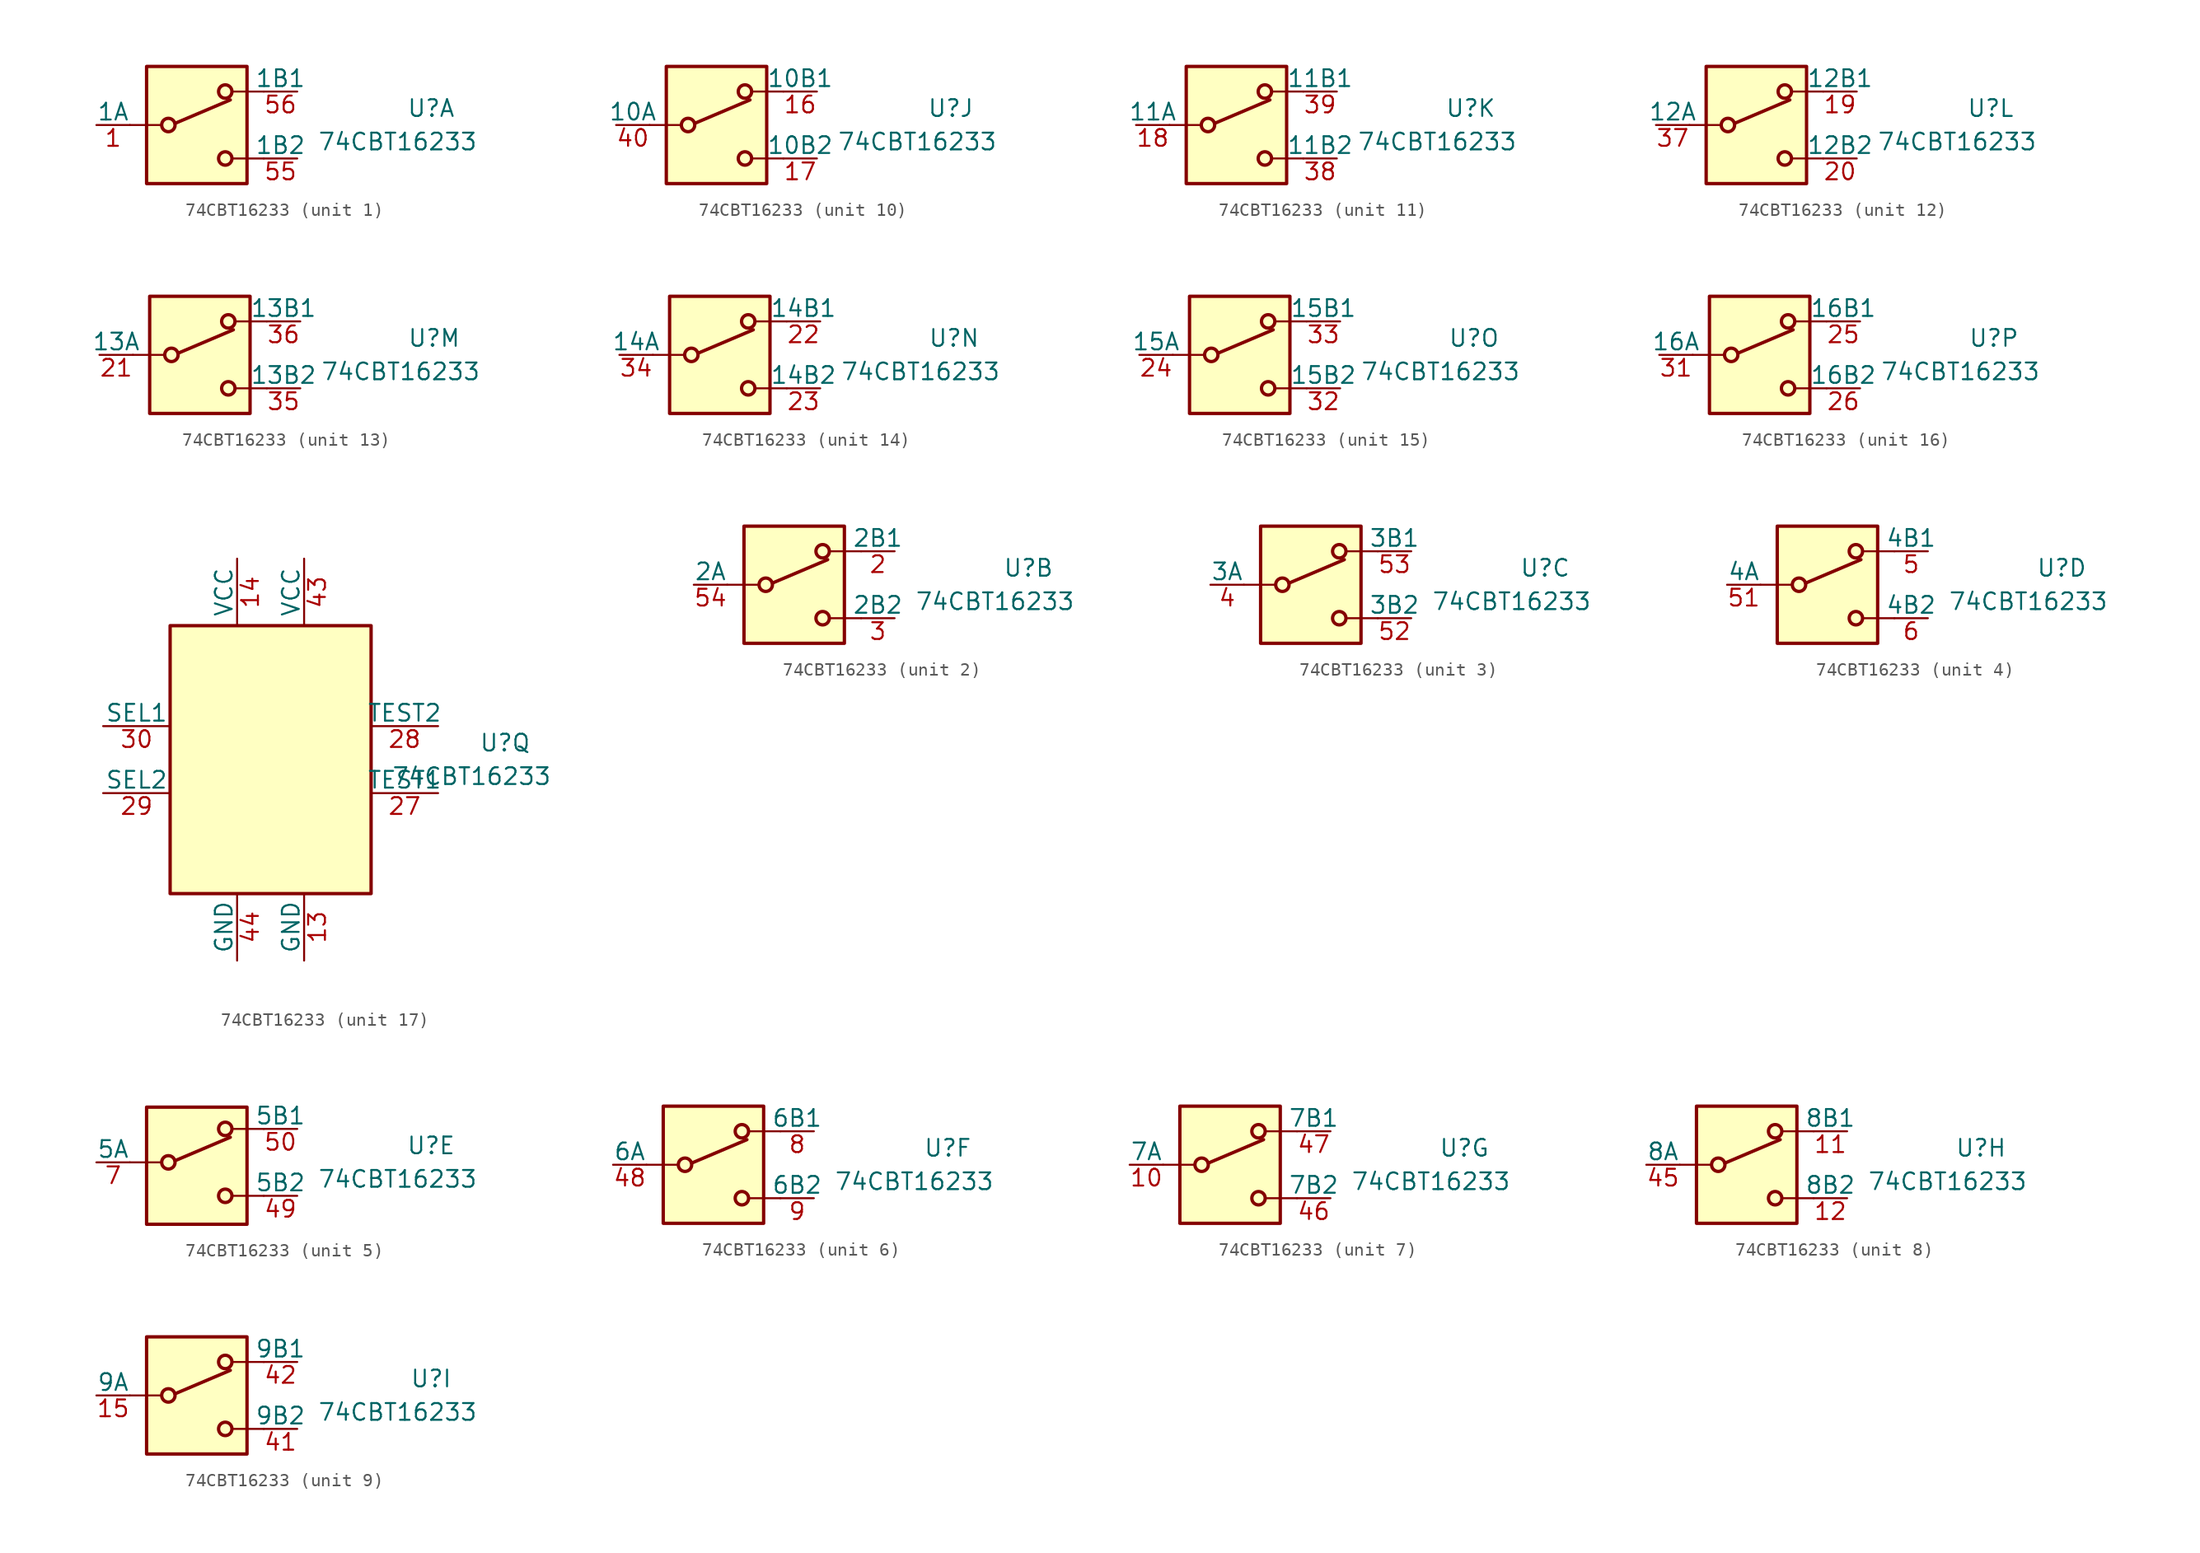
<source format=kicad_sym>
(kicad_symbol_lib
  (version 20220914)
  (generator kicad_symbol_editor)
  (symbol "74CBT16233"
    (pin_names
      (offset 0))
    (property "Reference" "U"
      (at 17.78 1.27 0)
      (effects (font (size 1.27 1.27))))
    (property "Value" "74CBT16233"
      (at 15.24 -1.27 0)
      (effects (font (size 1.27 1.27))))
    (property "ki_locked" ""
      (at 0 0 0)
      (effects (font (size 1.27 1.27))))
    (symbol "74CBT16233_1_1"
      (rectangle (start -3.81 4.445) (end 3.81 -4.445) (stroke (width 0.254) (type default)) (fill (type background)))
      (circle (center -2.159 0) (radius 0.508) (stroke (width 0.254) (type default)) (fill (type none)))
      (polyline (pts (xy -5.08 0) (xy -2.794 0)) (stroke (width 0) (type default)) (fill (type none)))
      (polyline (pts (xy -1.651 0.127) (xy 2.54 1.905)) (stroke (width 0.254) (type default)) (fill (type none)))
      (polyline (pts (xy 5.08 -2.54) (xy 2.794 -2.54)) (stroke (width 0) (type default)) (fill (type none)))
      (polyline (pts (xy 5.08 2.54) (xy 2.794 2.54)) (stroke (width 0) (type default)) (fill (type none)))
      (circle (center 2.159 -2.54) (radius 0.508) (stroke (width 0.254) (type default)) (fill (type none)))
      (circle (center 2.159 2.54) (radius 0.508) (stroke (width 0.254) (type default)) (fill (type none)))
      (pin passive line (at -7.62 0 0) (length 2.54) (name "1A" (effects (font (size 1.27 1.27)))) (number "1" (effects (font (size 1.27 1.27)))))
      (pin passive line (at 7.62 -2.54 180) (length 2.54) (name "1B2" (effects (font (size 1.27 1.27)))) (number "55" (effects (font (size 1.27 1.27)))))
      (pin passive line (at 7.62 2.54 180) (length 2.54) (name "1B1" (effects (font (size 1.27 1.27)))) (number "56" (effects (font (size 1.27 1.27))))))
    (symbol "74CBT16233_2_1"
      (rectangle (start -3.81 4.445) (end 3.81 -4.445) (stroke (width 0.254) (type default)) (fill (type background)))
      (circle (center -2.159 0) (radius 0.508) (stroke (width 0.254) (type default)) (fill (type none)))
      (polyline (pts (xy -5.08 0) (xy -2.794 0)) (stroke (width 0) (type default)) (fill (type none)))
      (polyline (pts (xy -1.651 0.127) (xy 2.54 1.905)) (stroke (width 0.254) (type default)) (fill (type none)))
      (polyline (pts (xy 5.08 -2.54) (xy 2.794 -2.54)) (stroke (width 0) (type default)) (fill (type none)))
      (polyline (pts (xy 5.08 2.54) (xy 2.794 2.54)) (stroke (width 0) (type default)) (fill (type none)))
      (circle (center 2.159 -2.54) (radius 0.508) (stroke (width 0.254) (type default)) (fill (type none)))
      (circle (center 2.159 2.54) (radius 0.508) (stroke (width 0.254) (type default)) (fill (type none)))
      (pin passive line (at 7.62 2.54 180) (length 2.54) (name "2B1" (effects (font (size 1.27 1.27)))) (number "2" (effects (font (size 1.27 1.27)))))
      (pin passive line (at 7.62 -2.54 180) (length 2.54) (name "2B2" (effects (font (size 1.27 1.27)))) (number "3" (effects (font (size 1.27 1.27)))))
      (pin passive line (at -7.62 0 0) (length 2.54) (name "2A" (effects (font (size 1.27 1.27)))) (number "54" (effects (font (size 1.27 1.27))))))
    (symbol "74CBT16233_3_1"
      (rectangle (start -3.81 4.445) (end 3.81 -4.445) (stroke (width 0.254) (type default)) (fill (type background)))
      (circle (center -2.159 0) (radius 0.508) (stroke (width 0.254) (type default)) (fill (type none)))
      (polyline (pts (xy -5.08 0) (xy -2.794 0)) (stroke (width 0) (type default)) (fill (type none)))
      (polyline (pts (xy -1.651 0.127) (xy 2.54 1.905)) (stroke (width 0.254) (type default)) (fill (type none)))
      (polyline (pts (xy 5.08 -2.54) (xy 2.794 -2.54)) (stroke (width 0) (type default)) (fill (type none)))
      (polyline (pts (xy 5.08 2.54) (xy 2.794 2.54)) (stroke (width 0) (type default)) (fill (type none)))
      (circle (center 2.159 -2.54) (radius 0.508) (stroke (width 0.254) (type default)) (fill (type none)))
      (circle (center 2.159 2.54) (radius 0.508) (stroke (width 0.254) (type default)) (fill (type none)))
      (pin passive line (at -7.62 0 0) (length 2.54) (name "3A" (effects (font (size 1.27 1.27)))) (number "4" (effects (font (size 1.27 1.27)))))
      (pin passive line (at 7.62 -2.54 180) (length 2.54) (name "3B2" (effects (font (size 1.27 1.27)))) (number "52" (effects (font (size 1.27 1.27)))))
      (pin passive line (at 7.62 2.54 180) (length 2.54) (name "3B1" (effects (font (size 1.27 1.27)))) (number "53" (effects (font (size 1.27 1.27))))))
    (symbol "74CBT16233_4_1"
      (rectangle (start -3.81 4.445) (end 3.81 -4.445) (stroke (width 0.254) (type default)) (fill (type background)))
      (circle (center -2.159 0) (radius 0.508) (stroke (width 0.254) (type default)) (fill (type none)))
      (polyline (pts (xy -5.08 0) (xy -2.794 0)) (stroke (width 0) (type default)) (fill (type none)))
      (polyline (pts (xy -1.651 0.127) (xy 2.54 1.905)) (stroke (width 0.254) (type default)) (fill (type none)))
      (polyline (pts (xy 5.08 -2.54) (xy 2.794 -2.54)) (stroke (width 0) (type default)) (fill (type none)))
      (polyline (pts (xy 5.08 2.54) (xy 2.794 2.54)) (stroke (width 0) (type default)) (fill (type none)))
      (circle (center 2.159 -2.54) (radius 0.508) (stroke (width 0.254) (type default)) (fill (type none)))
      (circle (center 2.159 2.54) (radius 0.508) (stroke (width 0.254) (type default)) (fill (type none)))
      (pin passive line (at 7.62 2.54 180) (length 2.54) (name "4B1" (effects (font (size 1.27 1.27)))) (number "5" (effects (font (size 1.27 1.27)))))
      (pin passive line (at -7.62 0 0) (length 2.54) (name "4A" (effects (font (size 1.27 1.27)))) (number "51" (effects (font (size 1.27 1.27)))))
      (pin passive line (at 7.62 -2.54 180) (length 2.54) (name "4B2" (effects (font (size 1.27 1.27)))) (number "6" (effects (font (size 1.27 1.27))))))
    (symbol "74CBT16233_5_1"
      (rectangle (start -3.81 4.191) (end 3.81 -4.699) (stroke (width 0.254) (type default)) (fill (type background)))
      (circle (center -2.159 0) (radius 0.508) (stroke (width 0.254) (type default)) (fill (type none)))
      (polyline (pts (xy -5.08 0) (xy -2.794 0)) (stroke (width 0) (type default)) (fill (type none)))
      (polyline (pts (xy -1.651 0.127) (xy 2.54 1.905)) (stroke (width 0.254) (type default)) (fill (type none)))
      (polyline (pts (xy 5.08 -2.54) (xy 2.794 -2.54)) (stroke (width 0) (type default)) (fill (type none)))
      (polyline (pts (xy 5.08 2.54) (xy 2.794 2.54)) (stroke (width 0) (type default)) (fill (type none)))
      (circle (center 2.159 -2.54) (radius 0.508) (stroke (width 0.254) (type default)) (fill (type none)))
      (circle (center 2.159 2.54) (radius 0.508) (stroke (width 0.254) (type default)) (fill (type none)))
      (pin passive line (at 7.62 -2.54 180) (length 2.54) (name "5B2" (effects (font (size 1.27 1.27)))) (number "49" (effects (font (size 1.27 1.27)))))
      (pin passive line (at 7.62 2.54 180) (length 2.54) (name "5B1" (effects (font (size 1.27 1.27)))) (number "50" (effects (font (size 1.27 1.27)))))
      (pin passive line (at -7.62 0 0) (length 2.54) (name "5A" (effects (font (size 1.27 1.27)))) (number "7" (effects (font (size 1.27 1.27))))))
    (symbol "74CBT16233_6_1"
      (rectangle (start -3.81 4.445) (end 3.81 -4.445) (stroke (width 0.254) (type default)) (fill (type background)))
      (circle (center -2.159 0) (radius 0.508) (stroke (width 0.254) (type default)) (fill (type none)))
      (polyline (pts (xy -5.08 0) (xy -2.794 0)) (stroke (width 0) (type default)) (fill (type none)))
      (polyline (pts (xy -1.651 0.127) (xy 2.54 1.905)) (stroke (width 0.254) (type default)) (fill (type none)))
      (polyline (pts (xy 5.08 -2.54) (xy 2.794 -2.54)) (stroke (width 0) (type default)) (fill (type none)))
      (polyline (pts (xy 5.08 2.54) (xy 2.794 2.54)) (stroke (width 0) (type default)) (fill (type none)))
      (circle (center 2.159 -2.54) (radius 0.508) (stroke (width 0.254) (type default)) (fill (type none)))
      (circle (center 2.159 2.54) (radius 0.508) (stroke (width 0.254) (type default)) (fill (type none)))
      (pin passive line (at -7.62 0 0) (length 2.54) (name "6A" (effects (font (size 1.27 1.27)))) (number "48" (effects (font (size 1.27 1.27)))))
      (pin passive line (at 7.62 2.54 180) (length 2.54) (name "6B1" (effects (font (size 1.27 1.27)))) (number "8" (effects (font (size 1.27 1.27)))))
      (pin passive line (at 7.62 -2.54 180) (length 2.54) (name "6B2" (effects (font (size 1.27 1.27)))) (number "9" (effects (font (size 1.27 1.27))))))
    (symbol "74CBT16233_7_1"
      (rectangle (start -3.81 4.445) (end 3.81 -4.445) (stroke (width 0.254) (type default)) (fill (type background)))
      (circle (center -2.159 0) (radius 0.508) (stroke (width 0.254) (type default)) (fill (type none)))
      (polyline (pts (xy -5.08 0) (xy -2.794 0)) (stroke (width 0) (type default)) (fill (type none)))
      (polyline (pts (xy -1.651 0.127) (xy 2.54 1.905)) (stroke (width 0.254) (type default)) (fill (type none)))
      (polyline (pts (xy 5.08 -2.54) (xy 2.794 -2.54)) (stroke (width 0) (type default)) (fill (type none)))
      (polyline (pts (xy 5.08 2.54) (xy 2.794 2.54)) (stroke (width 0) (type default)) (fill (type none)))
      (circle (center 2.159 -2.54) (radius 0.508) (stroke (width 0.254) (type default)) (fill (type none)))
      (circle (center 2.159 2.54) (radius 0.508) (stroke (width 0.254) (type default)) (fill (type none)))
      (pin passive line (at -7.62 0 0) (length 2.54) (name "7A" (effects (font (size 1.27 1.27)))) (number "10" (effects (font (size 1.27 1.27)))))
      (pin passive line (at 7.62 -2.54 180) (length 2.54) (name "7B2" (effects (font (size 1.27 1.27)))) (number "46" (effects (font (size 1.27 1.27)))))
      (pin passive line (at 7.62 2.54 180) (length 2.54) (name "7B1" (effects (font (size 1.27 1.27)))) (number "47" (effects (font (size 1.27 1.27))))))
    (symbol "74CBT16233_8_0"
      (pin passive line (at 7.62 2.54 180) (length 2.54) (name "8B1" (effects (font (size 1.27 1.27)))) (number "11" (effects (font (size 1.27 1.27))))))
    (symbol "74CBT16233_8_1"
      (rectangle (start -3.81 4.445) (end 3.81 -4.445) (stroke (width 0.254) (type default)) (fill (type background)))
      (circle (center -2.159 0) (radius 0.508) (stroke (width 0.254) (type default)) (fill (type none)))
      (polyline (pts (xy -5.08 0) (xy -2.794 0)) (stroke (width 0) (type default)) (fill (type none)))
      (polyline (pts (xy -1.651 0.127) (xy 2.54 1.905)) (stroke (width 0.254) (type default)) (fill (type none)))
      (polyline (pts (xy 5.08 -2.54) (xy 2.794 -2.54)) (stroke (width 0) (type default)) (fill (type none)))
      (polyline (pts (xy 5.08 2.54) (xy 2.794 2.54)) (stroke (width 0) (type default)) (fill (type none)))
      (circle (center 2.159 -2.54) (radius 0.508) (stroke (width 0.254) (type default)) (fill (type none)))
      (circle (center 2.159 2.54) (radius 0.508) (stroke (width 0.254) (type default)) (fill (type none)))
      (pin passive line (at 7.62 -2.54 180) (length 2.54) (name "8B2" (effects (font (size 1.27 1.27)))) (number "12" (effects (font (size 1.27 1.27)))))
      (pin passive line (at -7.62 0 0) (length 2.54) (name "8A" (effects (font (size 1.27 1.27)))) (number "45" (effects (font (size 1.27 1.27))))))
    (symbol "74CBT16233_9_0"
      (pin passive line (at -7.62 0 0) (length 2.54) (name "9A" (effects (font (size 1.27 1.27)))) (number "15" (effects (font (size 1.27 1.27)))))
      (pin passive line (at 7.62 -2.54 180) (length 2.54) (name "9B2" (effects (font (size 1.27 1.27)))) (number "41" (effects (font (size 1.27 1.27)))))
      (pin passive line (at 7.62 2.54 180) (length 2.54) (name "9B1" (effects (font (size 1.27 1.27)))) (number "42" (effects (font (size 1.27 1.27))))))
    (symbol "74CBT16233_9_1"
      (rectangle (start -3.81 4.445) (end 3.81 -4.445) (stroke (width 0.254) (type default)) (fill (type background)))
      (circle (center -2.159 0) (radius 0.508) (stroke (width 0.254) (type default)) (fill (type none)))
      (polyline (pts (xy -5.08 0) (xy -2.794 0)) (stroke (width 0) (type default)) (fill (type none)))
      (polyline (pts (xy -1.651 0.127) (xy 2.54 1.905)) (stroke (width 0.254) (type default)) (fill (type none)))
      (polyline (pts (xy 5.08 -2.54) (xy 2.794 -2.54)) (stroke (width 0) (type default)) (fill (type none)))
      (polyline (pts (xy 5.08 2.54) (xy 2.794 2.54)) (stroke (width 0) (type default)) (fill (type none)))
      (circle (center 2.159 -2.54) (radius 0.508) (stroke (width 0.254) (type default)) (fill (type none)))
      (circle (center 2.159 2.54) (radius 0.508) (stroke (width 0.254) (type default)) (fill (type none))))
    (symbol "74CBT16233_10_0"
      (pin passive line (at 7.62 2.54 180) (length 2.54) (name "10B1" (effects (font (size 1.27 1.27)))) (number "16" (effects (font (size 1.27 1.27)))))
      (pin passive line (at 7.62 -2.54 180) (length 2.54) (name "10B2" (effects (font (size 1.27 1.27)))) (number "17" (effects (font (size 1.27 1.27)))))
      (pin passive line (at -7.62 0 0) (length 2.54) (name "10A" (effects (font (size 1.27 1.27)))) (number "40" (effects (font (size 1.27 1.27))))))
    (symbol "74CBT16233_10_1"
      (rectangle (start -3.81 4.445) (end 3.81 -4.445) (stroke (width 0.254) (type default)) (fill (type background)))
      (circle (center -2.159 0) (radius 0.508) (stroke (width 0.254) (type default)) (fill (type none)))
      (polyline (pts (xy -5.08 0) (xy -2.794 0)) (stroke (width 0) (type default)) (fill (type none)))
      (polyline (pts (xy -1.651 0.127) (xy 2.54 1.905)) (stroke (width 0.254) (type default)) (fill (type none)))
      (polyline (pts (xy 5.08 -2.54) (xy 2.794 -2.54)) (stroke (width 0) (type default)) (fill (type none)))
      (polyline (pts (xy 5.08 2.54) (xy 2.794 2.54)) (stroke (width 0) (type default)) (fill (type none)))
      (circle (center 2.159 -2.54) (radius 0.508) (stroke (width 0.254) (type default)) (fill (type none)))
      (circle (center 2.159 2.54) (radius 0.508) (stroke (width 0.254) (type default)) (fill (type none))))
    (symbol "74CBT16233_11_0"
      (pin passive line (at -7.62 0 0) (length 2.54) (name "11A" (effects (font (size 1.27 1.27)))) (number "18" (effects (font (size 1.27 1.27)))))
      (pin passive line (at 7.62 -2.54 180) (length 2.54) (name "11B2" (effects (font (size 1.27 1.27)))) (number "38" (effects (font (size 1.27 1.27)))))
      (pin passive line (at 7.62 2.54 180) (length 2.54) (name "11B1" (effects (font (size 1.27 1.27)))) (number "39" (effects (font (size 1.27 1.27))))))
    (symbol "74CBT16233_11_1"
      (rectangle (start -3.81 4.445) (end 3.81 -4.445) (stroke (width 0.254) (type default)) (fill (type background)))
      (circle (center -2.159 0) (radius 0.508) (stroke (width 0.254) (type default)) (fill (type none)))
      (polyline (pts (xy -5.08 0) (xy -2.794 0)) (stroke (width 0) (type default)) (fill (type none)))
      (polyline (pts (xy -1.651 0.127) (xy 2.54 1.905)) (stroke (width 0.254) (type default)) (fill (type none)))
      (polyline (pts (xy 5.08 -2.54) (xy 2.794 -2.54)) (stroke (width 0) (type default)) (fill (type none)))
      (polyline (pts (xy 5.08 2.54) (xy 2.794 2.54)) (stroke (width 0) (type default)) (fill (type none)))
      (circle (center 2.159 -2.54) (radius 0.508) (stroke (width 0.254) (type default)) (fill (type none)))
      (circle (center 2.159 2.54) (radius 0.508) (stroke (width 0.254) (type default)) (fill (type none))))
    (symbol "74CBT16233_12_0"
      (pin passive line (at 7.62 2.54 180) (length 2.54) (name "12B1" (effects (font (size 1.27 1.27)))) (number "19" (effects (font (size 1.27 1.27)))))
      (pin passive line (at 7.62 -2.54 180) (length 2.54) (name "12B2" (effects (font (size 1.27 1.27)))) (number "20" (effects (font (size 1.27 1.27)))))
      (pin passive line (at -7.62 0 0) (length 2.54) (name "12A" (effects (font (size 1.27 1.27)))) (number "37" (effects (font (size 1.27 1.27))))))
    (symbol "74CBT16233_12_1"
      (rectangle (start -3.81 4.445) (end 3.81 -4.445) (stroke (width 0.254) (type default)) (fill (type background)))
      (circle (center -2.159 0) (radius 0.508) (stroke (width 0.254) (type default)) (fill (type none)))
      (polyline (pts (xy -5.08 0) (xy -2.794 0)) (stroke (width 0) (type default)) (fill (type none)))
      (polyline (pts (xy -1.651 0.127) (xy 2.54 1.905)) (stroke (width 0.254) (type default)) (fill (type none)))
      (polyline (pts (xy 5.08 -2.54) (xy 2.794 -2.54)) (stroke (width 0) (type default)) (fill (type none)))
      (polyline (pts (xy 5.08 2.54) (xy 2.794 2.54)) (stroke (width 0) (type default)) (fill (type none)))
      (circle (center 2.159 -2.54) (radius 0.508) (stroke (width 0.254) (type default)) (fill (type none)))
      (circle (center 2.159 2.54) (radius 0.508) (stroke (width 0.254) (type default)) (fill (type none))))
    (symbol "74CBT16233_13_0"
      (pin passive line (at -7.62 0 0) (length 2.54) (name "13A" (effects (font (size 1.27 1.27)))) (number "21" (effects (font (size 1.27 1.27)))))
      (pin passive line (at 7.62 -2.54 180) (length 2.54) (name "13B2" (effects (font (size 1.27 1.27)))) (number "35" (effects (font (size 1.27 1.27)))))
      (pin passive line (at 7.62 2.54 180) (length 2.54) (name "13B1" (effects (font (size 1.27 1.27)))) (number "36" (effects (font (size 1.27 1.27))))))
    (symbol "74CBT16233_13_1"
      (rectangle (start -3.81 4.445) (end 3.81 -4.445) (stroke (width 0.254) (type default)) (fill (type background)))
      (circle (center -2.159 0) (radius 0.508) (stroke (width 0.254) (type default)) (fill (type none)))
      (polyline (pts (xy -5.08 0) (xy -2.794 0)) (stroke (width 0) (type default)) (fill (type none)))
      (polyline (pts (xy -1.651 0.127) (xy 2.54 1.905)) (stroke (width 0.254) (type default)) (fill (type none)))
      (polyline (pts (xy 5.08 -2.54) (xy 2.794 -2.54)) (stroke (width 0) (type default)) (fill (type none)))
      (polyline (pts (xy 5.08 2.54) (xy 2.794 2.54)) (stroke (width 0) (type default)) (fill (type none)))
      (circle (center 2.159 -2.54) (radius 0.508) (stroke (width 0.254) (type default)) (fill (type none)))
      (circle (center 2.159 2.54) (radius 0.508) (stroke (width 0.254) (type default)) (fill (type none))))
    (symbol "74CBT16233_14_0"
      (pin passive line (at 7.62 2.54 180) (length 2.54) (name "14B1" (effects (font (size 1.27 1.27)))) (number "22" (effects (font (size 1.27 1.27)))))
      (pin passive line (at 7.62 -2.54 180) (length 2.54) (name "14B2" (effects (font (size 1.27 1.27)))) (number "23" (effects (font (size 1.27 1.27)))))
      (pin passive line (at -7.62 0 0) (length 2.54) (name "14A" (effects (font (size 1.27 1.27)))) (number "34" (effects (font (size 1.27 1.27))))))
    (symbol "74CBT16233_14_1"
      (rectangle (start -3.81 4.445) (end 3.81 -4.445) (stroke (width 0.254) (type default)) (fill (type background)))
      (circle (center -2.159 0) (radius 0.508) (stroke (width 0.254) (type default)) (fill (type none)))
      (polyline (pts (xy -5.08 0) (xy -2.794 0)) (stroke (width 0) (type default)) (fill (type none)))
      (polyline (pts (xy -1.651 0.127) (xy 2.54 1.905)) (stroke (width 0.254) (type default)) (fill (type none)))
      (polyline (pts (xy 5.08 -2.54) (xy 2.794 -2.54)) (stroke (width 0) (type default)) (fill (type none)))
      (polyline (pts (xy 5.08 2.54) (xy 2.794 2.54)) (stroke (width 0) (type default)) (fill (type none)))
      (circle (center 2.159 -2.54) (radius 0.508) (stroke (width 0.254) (type default)) (fill (type none)))
      (circle (center 2.159 2.54) (radius 0.508) (stroke (width 0.254) (type default)) (fill (type none))))
    (symbol "74CBT16233_15_0"
      (pin passive line (at -7.62 0 0) (length 2.54) (name "15A" (effects (font (size 1.27 1.27)))) (number "24" (effects (font (size 1.27 1.27)))))
      (pin passive line (at 7.62 -2.54 180) (length 2.54) (name "15B2" (effects (font (size 1.27 1.27)))) (number "32" (effects (font (size 1.27 1.27)))))
      (pin passive line (at 7.62 2.54 180) (length 2.54) (name "15B1" (effects (font (size 1.27 1.27)))) (number "33" (effects (font (size 1.27 1.27))))))
    (symbol "74CBT16233_15_1"
      (rectangle (start -3.81 4.445) (end 3.81 -4.445) (stroke (width 0.254) (type default)) (fill (type background)))
      (circle (center -2.159 0) (radius 0.508) (stroke (width 0.254) (type default)) (fill (type none)))
      (polyline (pts (xy -5.08 0) (xy -2.794 0)) (stroke (width 0) (type default)) (fill (type none)))
      (polyline (pts (xy -1.651 0.127) (xy 2.54 1.905)) (stroke (width 0.254) (type default)) (fill (type none)))
      (polyline (pts (xy 5.08 -2.54) (xy 2.794 -2.54)) (stroke (width 0) (type default)) (fill (type none)))
      (polyline (pts (xy 5.08 2.54) (xy 2.794 2.54)) (stroke (width 0) (type default)) (fill (type none)))
      (circle (center 2.159 -2.54) (radius 0.508) (stroke (width 0.254) (type default)) (fill (type none)))
      (circle (center 2.159 2.54) (radius 0.508) (stroke (width 0.254) (type default)) (fill (type none))))
    (symbol "74CBT16233_16_0"
      (pin passive line (at 7.62 2.54 180) (length 2.54) (name "16B1" (effects (font (size 1.27 1.27)))) (number "25" (effects (font (size 1.27 1.27)))))
      (pin passive line (at 7.62 -2.54 180) (length 2.54) (name "16B2" (effects (font (size 1.27 1.27)))) (number "26" (effects (font (size 1.27 1.27)))))
      (pin passive line (at -7.62 0 0) (length 2.54) (name "16A" (effects (font (size 1.27 1.27)))) (number "31" (effects (font (size 1.27 1.27))))))
    (symbol "74CBT16233_16_1"
      (rectangle (start -3.81 4.445) (end 3.81 -4.445) (stroke (width 0.254) (type default)) (fill (type background)))
      (circle (center -2.159 0) (radius 0.508) (stroke (width 0.254) (type default)) (fill (type none)))
      (polyline (pts (xy -5.08 0) (xy -2.794 0)) (stroke (width 0) (type default)) (fill (type none)))
      (polyline (pts (xy -1.651 0.127) (xy 2.54 1.905)) (stroke (width 0.254) (type default)) (fill (type none)))
      (polyline (pts (xy 5.08 -2.54) (xy 2.794 -2.54)) (stroke (width 0) (type default)) (fill (type none)))
      (polyline (pts (xy 5.08 2.54) (xy 2.794 2.54)) (stroke (width 0) (type default)) (fill (type none)))
      (circle (center 2.159 -2.54) (radius 0.508) (stroke (width 0.254) (type default)) (fill (type none)))
      (circle (center 2.159 2.54) (radius 0.508) (stroke (width 0.254) (type default)) (fill (type none))))
    (symbol "74CBT16233_17_0"
      (pin input line (at -12.7 -2.54 0) (length 5.08) (name "SEL2" (effects (font (size 1.27 1.27)))) (number "29" (effects (font (size 1.27 1.27)))))
      (pin input line (at -12.7 2.54 0) (length 5.08) (name "SEL1" (effects (font (size 1.27 1.27)))) (number "30" (effects (font (size 1.27 1.27)))))
      (pin power_in line (at -2.54 -15.24 90) (length 5.08) (name "GND" (effects (font (size 1.27 1.27)))) (number "44" (effects (font (size 1.27 1.27))))))
    (symbol "74CBT16233_17_1"
      (rectangle (start -7.62 10.16) (end 7.62 -10.16) (stroke (width 0.254) (type default)) (fill (type background)))
      (pin power_in line (at 2.54 -15.24 90) (length 5.08) (name "GND" (effects (font (size 1.27 1.27)))) (number "13" (effects (font (size 1.27 1.27)))))
      (pin power_in line (at -2.54 15.24 270) (length 5.08) (name "VCC" (effects (font (size 1.27 1.27)))) (number "14" (effects (font (size 1.27 1.27)))))
      (pin input line (at 12.7 -2.54 180) (length 5.08) (name "TEST1" (effects (font (size 1.27 1.27)))) (number "27" (effects (font (size 1.27 1.27)))))
      (pin input line (at 12.7 2.54 180) (length 5.08) (name "TEST2" (effects (font (size 1.27 1.27)))) (number "28" (effects (font (size 1.27 1.27)))))
      (pin power_in line (at 2.54 15.24 270) (length 5.08) (name "VCC" (effects (font (size 1.27 1.27)))) (number "43" (effects (font (size 1.27 1.27))))))))
</source>
